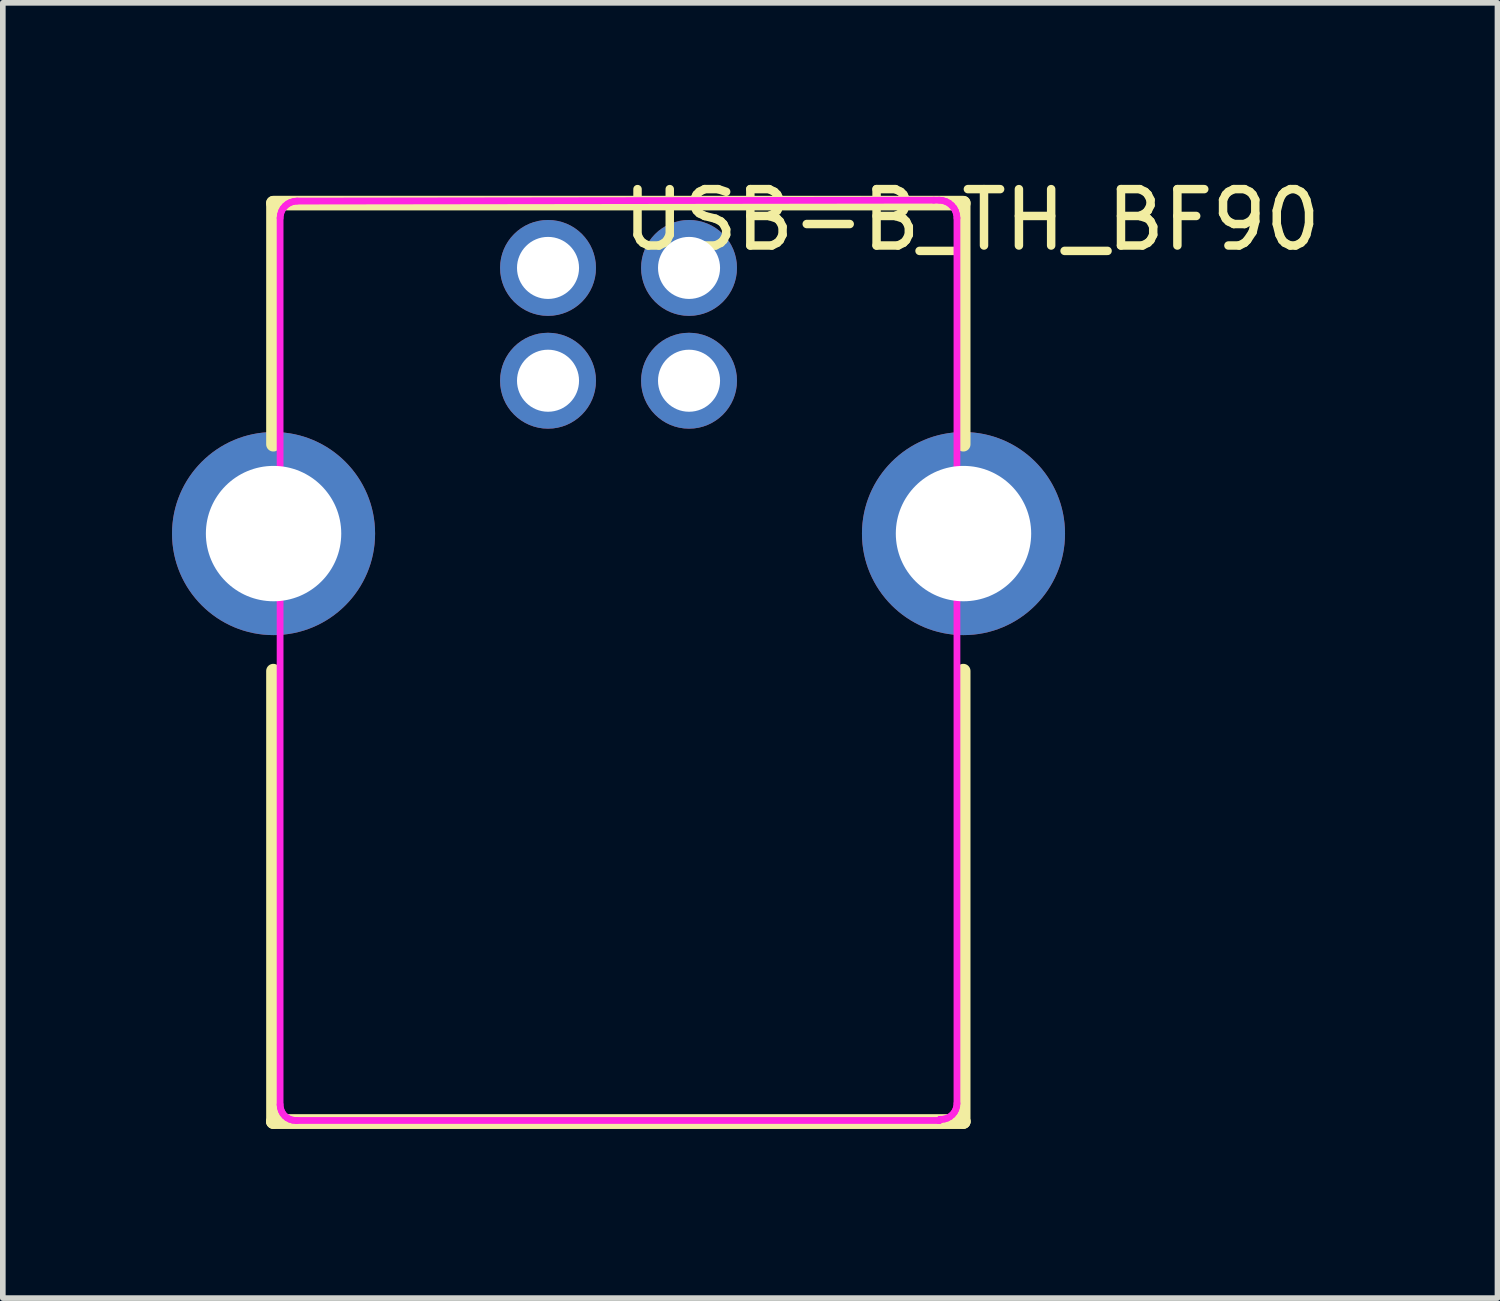
<source format=kicad_pcb>
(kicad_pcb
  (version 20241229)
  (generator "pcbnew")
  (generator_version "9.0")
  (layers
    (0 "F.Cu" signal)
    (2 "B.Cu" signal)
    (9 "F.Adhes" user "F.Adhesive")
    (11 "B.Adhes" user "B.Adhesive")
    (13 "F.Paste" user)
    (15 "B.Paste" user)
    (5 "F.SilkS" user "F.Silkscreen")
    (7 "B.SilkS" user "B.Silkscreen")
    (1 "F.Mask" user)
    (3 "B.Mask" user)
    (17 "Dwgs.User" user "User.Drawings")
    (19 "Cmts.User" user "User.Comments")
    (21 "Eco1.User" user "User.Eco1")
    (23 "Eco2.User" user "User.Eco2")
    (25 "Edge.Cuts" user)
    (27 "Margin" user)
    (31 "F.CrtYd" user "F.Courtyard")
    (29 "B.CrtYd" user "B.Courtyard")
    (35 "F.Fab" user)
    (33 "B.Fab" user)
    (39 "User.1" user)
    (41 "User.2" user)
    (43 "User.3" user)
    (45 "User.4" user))
  (footprint "USB-B_TH_BF90"
    (layer "F.Cu")
    (at 7.916 4.055)
    (property "Reference" "USB-B_TH_BF90" (at 0 -3.207 0) (layer "F.SilkS") (effects (font (size 1 1) (thickness 0.15)) (justify left)))
    (attr through_hole)
    (fp_line (start -6.12 -3.504) (end -6.12 0.773) (stroke (width 0.254) (type solid)) (layer "F.SilkS"))
    (fp_line (start -6.12 4.791) (end -6.12 12.78) (stroke (width 0.254) (type solid)) (layer "F.SilkS"))
    (fp_line (start -6.12 12.78) (end 6.113 12.78) (stroke (width 0.254) (type solid)) (layer "F.SilkS"))
    (fp_line (start -6.12 12.78) (end 6.113 12.78) (stroke (width 0.258) (type solid)) (layer "F.SilkS"))
    (fp_line (start 6.113 -3.504) (end -6.12 -3.504) (stroke (width 0.258) (type solid)) (layer "F.SilkS"))
    (fp_line (start 6.113 -3.504) (end 6.113 0.773) (stroke (width 0.254) (type solid)) (layer "F.SilkS"))
    (fp_line (start 6.113 4.791) (end 6.113 12.778) (stroke (width 0.254) (type solid)) (layer "F.SilkS"))
    (fp_circle (center -6.116 2.355) (end -5.616 2.355) (stroke (width 1) (type solid)) (fill no) (layer "Eco2.User"))
    (fp_circle (center -1.25 -2.355) (end -1.1 -2.355) (stroke (width 0.3) (type solid)) (fill no) (layer "Eco2.User"))
    (fp_circle (center -1.25 -0.355) (end -1.1 -0.355) (stroke (width 0.3) (type solid)) (fill no) (layer "Eco2.User"))
    (fp_circle (center 1.25 -2.355) (end 1.4 -2.355) (stroke (width 0.3) (type solid)) (fill no) (layer "Eco2.User"))
    (fp_circle (center 1.25 -0.355) (end 1.4 -0.355) (stroke (width 0.3) (type solid)) (fill no) (layer "Eco2.User"))
    (fp_circle (center 6.116 2.355) (end 6.616 2.355) (stroke (width 1) (type solid)) (fill no) (layer "Eco2.User"))
    (fp_circle (center 6.586 -3.526) (end 6.616 -3.526) (stroke (width 0.06) (type solid)) (fill no) (layer "Eco2.User"))
    (fp_line (start -6 -3.24) (end -5.994 -3.298) (stroke (width 0.12) (type solid)) (layer "F.CrtYd"))
    (fp_line (start -6 12.48) (end -6 -3.24) (stroke (width 0.12) (type solid)) (layer "F.CrtYd"))
    (fp_line (start -5.995 12.535) (end -6 12.48) (stroke (width 0.12) (type solid)) (layer "F.CrtYd"))
    (fp_line (start -5.994 -3.298) (end -5.977 -3.355) (stroke (width 0.12) (type solid)) (layer "F.CrtYd"))
    (fp_line (start -5.979 12.587) (end -5.995 12.535) (stroke (width 0.12) (type solid)) (layer "F.CrtYd"))
    (fp_line (start -5.977 -3.355) (end -5.949 -3.407) (stroke (width 0.12) (type solid)) (layer "F.CrtYd"))
    (fp_line (start -5.953 12.636) (end -5.979 12.587) (stroke (width 0.12) (type solid)) (layer "F.CrtYd"))
    (fp_line (start -5.949 -3.407) (end -5.912 -3.452) (stroke (width 0.12) (type solid)) (layer "F.CrtYd"))
    (fp_line (start -5.918 12.678) (end -5.953 12.636) (stroke (width 0.12) (type solid)) (layer "F.CrtYd"))
    (fp_line (start -5.912 -3.452) (end -5.867 -3.489) (stroke (width 0.12) (type solid)) (layer "F.CrtYd"))
    (fp_line (start -5.876 12.713) (end -5.918 12.678) (stroke (width 0.12) (type solid)) (layer "F.CrtYd"))
    (fp_line (start -5.867 -3.489) (end -5.815 -3.517) (stroke (width 0.12) (type solid)) (layer "F.CrtYd"))
    (fp_line (start -5.827 12.739) (end -5.876 12.713) (stroke (width 0.12) (type solid)) (layer "F.CrtYd"))
    (fp_line (start -5.815 -3.517) (end -5.759 -3.534) (stroke (width 0.12) (type solid)) (layer "F.CrtYd"))
    (fp_line (start -5.775 12.755) (end -5.827 12.739) (stroke (width 0.12) (type solid)) (layer "F.CrtYd"))
    (fp_line (start -5.759 -3.534) (end -5.7 -3.54) (stroke (width 0.12) (type solid)) (layer "F.CrtYd"))
    (fp_line (start -5.72 12.76) (end -5.775 12.755) (stroke (width 0.12) (type solid)) (layer "F.CrtYd"))
    (fp_line (start -5.7 -3.54) (end 5.588 -3.556) (stroke (width 0.12) (type solid)) (layer "F.CrtYd"))
    (fp_line (start -5.7 12.76) (end -5.72 12.76) (stroke (width 0.12) (type solid)) (layer "F.CrtYd"))
    (fp_line (start 5.588 -3.556) (end 5.684 -3.556) (stroke (width 0.12) (type solid)) (layer "F.CrtYd"))
    (fp_line (start 5.68 12.76) (end -5.7 12.76) (stroke (width 0.12) (type solid)) (layer "F.CrtYd"))
    (fp_line (start 5.684 -3.556) (end 5.746 -3.55) (stroke (width 0.12) (type solid)) (layer "F.CrtYd"))
    (fp_line (start 5.684 12.76) (end 5.68 12.76) (stroke (width 0.12) (type solid)) (layer "F.CrtYd"))
    (fp_line (start 5.688 12.758) (end 5.684 12.76) (stroke (width 0.12) (type solid)) (layer "F.CrtYd"))
    (fp_line (start 5.691 12.757) (end 5.688 12.758) (stroke (width 0.12) (type solid)) (layer "F.CrtYd"))
    (fp_line (start 5.694 12.754) (end 5.691 12.757) (stroke (width 0.12) (type solid)) (layer "F.CrtYd"))
    (fp_line (start 5.697 12.751) (end 5.694 12.754) (stroke (width 0.12) (type solid)) (layer "F.CrtYd"))
    (fp_line (start 5.698 12.748) (end 5.697 12.751) (stroke (width 0.12) (type solid)) (layer "F.CrtYd"))
    (fp_line (start 5.7 12.74) (end 5.7 12.744) (stroke (width 0.12) (type solid)) (layer "F.CrtYd"))
    (fp_line (start 5.7 12.744) (end 5.698 12.748) (stroke (width 0.12) (type solid)) (layer "F.CrtYd"))
    (fp_line (start 5.72 12.74) (end 5.7 12.74) (stroke (width 0.12) (type solid)) (layer "F.CrtYd"))
    (fp_line (start 5.746 -3.55) (end 5.805 -3.532) (stroke (width 0.12) (type solid)) (layer "F.CrtYd"))
    (fp_line (start 5.775 12.735) (end 5.72 12.74) (stroke (width 0.12) (type solid)) (layer "F.CrtYd"))
    (fp_line (start 5.805 -3.532) (end 5.86 -3.503) (stroke (width 0.12) (type solid)) (layer "F.CrtYd"))
    (fp_line (start 5.827 12.719) (end 5.775 12.735) (stroke (width 0.12) (type solid)) (layer "F.CrtYd"))
    (fp_line (start 5.86 -3.503) (end 5.907 -3.463) (stroke (width 0.12) (type solid)) (layer "F.CrtYd"))
    (fp_line (start 5.876 12.693) (end 5.827 12.719) (stroke (width 0.12) (type solid)) (layer "F.CrtYd"))
    (fp_line (start 5.907 -3.463) (end 5.947 -3.416) (stroke (width 0.12) (type solid)) (layer "F.CrtYd"))
    (fp_line (start 5.918 12.658) (end 5.876 12.693) (stroke (width 0.12) (type solid)) (layer "F.CrtYd"))
    (fp_line (start 5.947 -3.416) (end 5.976 -3.361) (stroke (width 0.12) (type solid)) (layer "F.CrtYd"))
    (fp_line (start 5.953 12.616) (end 5.918 12.658) (stroke (width 0.12) (type solid)) (layer "F.CrtYd"))
    (fp_line (start 5.976 -3.361) (end 5.994 -3.302) (stroke (width 0.12) (type solid)) (layer "F.CrtYd"))
    (fp_line (start 5.979 12.567) (end 5.953 12.616) (stroke (width 0.12) (type solid)) (layer "F.CrtYd"))
    (fp_line (start 5.994 -3.302) (end 6 -3.24) (stroke (width 0.12) (type solid)) (layer "F.CrtYd"))
    (fp_line (start 5.995 12.515) (end 5.979 12.567) (stroke (width 0.12) (type solid)) (layer "F.CrtYd"))
    (fp_line (start 6 -3.24) (end 6 12.46) (stroke (width 0.12) (type solid)) (layer "F.CrtYd"))
    (fp_line (start 6 12.46) (end 5.995 12.515) (stroke (width 0.12) (type solid)) (layer "F.CrtYd"))
    (pad "1" thru_hole circle (at 1.25 -2.355) (size 1.7 1.7) (drill 1.1) (layers "*.Cu" "*.Mask"))
    (pad "2" thru_hole circle (at -1.25 -2.355) (size 1.7 1.7) (drill 1.1) (layers "*.Cu" "*.Mask"))
    (pad "3" thru_hole circle (at -1.25 -0.355) (size 1.7 1.7) (drill 1.1) (layers "*.Cu" "*.Mask"))
    (pad "4" thru_hole circle (at 1.25 -0.355) (size 1.7 1.7) (drill 1.1) (layers "*.Cu" "*.Mask"))
    (pad "5" thru_hole circle (at -6.116 2.355) (size 3.6 3.6) (drill 2.4) (layers "*.Cu" "*.Mask"))
    (pad "5" thru_hole circle (at 6.116 2.355) (size 3.6 3.6) (drill 2.4) (layers "*.Cu" "*.Mask")))
  (gr_rect
    (start -3 -3)
    (end 23.499 19.964)
    (stroke (width 0.1) (type default))
    (fill no)
    (layer "Edge.Cuts")))
</source>
